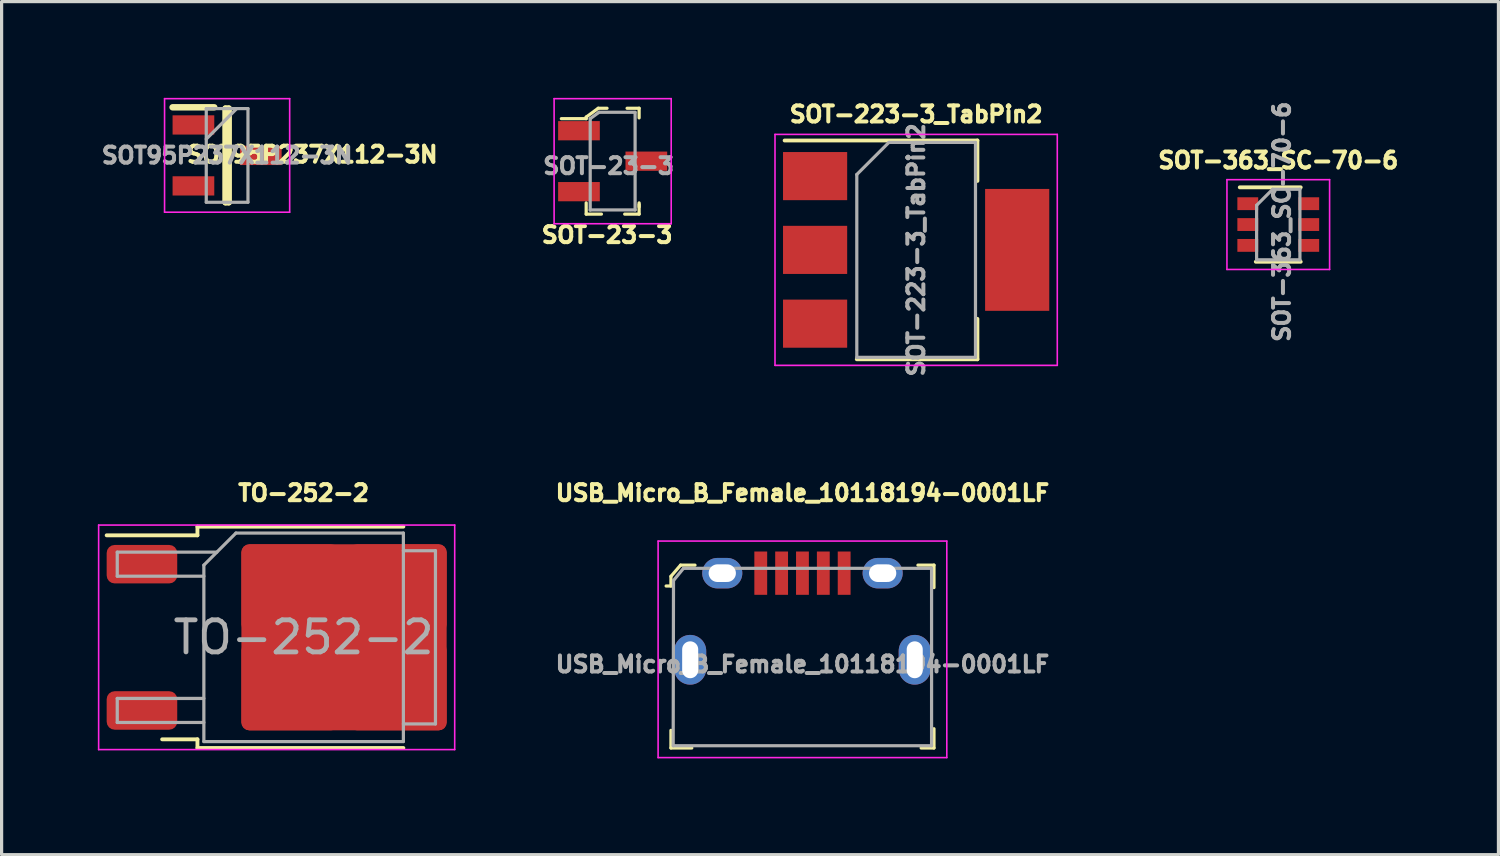
<source format=kicad_pcb>
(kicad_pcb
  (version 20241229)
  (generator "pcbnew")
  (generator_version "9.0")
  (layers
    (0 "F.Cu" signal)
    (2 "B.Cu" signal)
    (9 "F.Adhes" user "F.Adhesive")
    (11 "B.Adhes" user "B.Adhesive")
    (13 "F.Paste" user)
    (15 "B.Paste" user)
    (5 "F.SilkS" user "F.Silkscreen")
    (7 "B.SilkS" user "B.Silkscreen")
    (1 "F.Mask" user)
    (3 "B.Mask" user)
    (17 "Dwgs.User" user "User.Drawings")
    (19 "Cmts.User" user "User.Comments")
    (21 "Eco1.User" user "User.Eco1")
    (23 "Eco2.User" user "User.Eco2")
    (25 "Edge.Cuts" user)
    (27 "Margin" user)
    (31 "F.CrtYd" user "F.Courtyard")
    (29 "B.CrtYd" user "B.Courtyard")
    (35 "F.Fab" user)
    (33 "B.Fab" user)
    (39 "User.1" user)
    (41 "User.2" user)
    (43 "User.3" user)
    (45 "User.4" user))
  (footprint "SOT-223-3_TabPin2"
    (layer "F.Cu")
    (at 25.51 4.74)
    (property "Reference" "SOT-223-3_TabPin2" (at 0 -4.228 0) (layer "F.SilkS") (effects (font (size 0.5 0.5) (thickness 0.25))))
    (attr smd)
    (fp_line (start -4.1 -3.41) (end 1.91 -3.41) (stroke (width 0.12) (type solid)) (layer "F.SilkS"))
    (fp_line (start -1.85 3.41) (end 1.91 3.41) (stroke (width 0.12) (type solid)) (layer "F.SilkS"))
    (fp_line (start 1.91 -3.41) (end 1.91 -2.15) (stroke (width 0.12) (type solid)) (layer "F.SilkS"))
    (fp_line (start 1.91 3.41) (end 1.91 2.15) (stroke (width 0.12) (type solid)) (layer "F.SilkS"))
    (fp_line (start -4.4 -3.6) (end -4.4 3.6) (stroke (width 0.05) (type solid)) (layer "F.CrtYd"))
    (fp_line (start -4.4 3.6) (end 4.4 3.6) (stroke (width 0.05) (type solid)) (layer "F.CrtYd"))
    (fp_line (start 4.4 -3.6) (end -4.4 -3.6) (stroke (width 0.05) (type solid)) (layer "F.CrtYd"))
    (fp_line (start 4.4 3.6) (end 4.4 -3.6) (stroke (width 0.05) (type solid)) (layer "F.CrtYd"))
    (fp_line (start -1.85 -2.35) (end -1.85 3.35) (stroke (width 0.1) (type solid)) (layer "F.Fab"))
    (fp_line (start -1.85 -2.35) (end -0.85 -3.35) (stroke (width 0.1) (type solid)) (layer "F.Fab"))
    (fp_line (start -1.85 3.35) (end 1.85 3.35) (stroke (width 0.1) (type solid)) (layer "F.Fab"))
    (fp_line (start -0.85 -3.35) (end 1.85 -3.35) (stroke (width 0.1) (type solid)) (layer "F.Fab"))
    (fp_line (start 1.85 -3.35) (end 1.85 3.35) (stroke (width 0.1) (type solid)) (layer "F.Fab"))
    (fp_text user "${REFERENCE}" (at 0 0 270) (layer "F.Fab") (effects (font (size 0.5 0.5) (thickness 0.25))))
    (pad "1" smd rect (at -3.15 -2.3) (size 2 1.5) (layers "F.Cu" "F.Mask" "F.Paste"))
    (pad "2" smd rect (at -3.15 0) (size 2 1.5) (layers "F.Cu" "F.Mask" "F.Paste"))
    (pad "2" smd rect (at 3.15 0) (size 2 3.8) (layers "F.Cu" "F.Mask" "F.Paste"))
    (pad "3" smd rect (at -3.15 2.3) (size 2 1.5) (layers "F.Cu" "F.Mask" "F.Paste")))
  (footprint "USB_Micro_B_Female_10118194-0001LF"
    (layer "F.Cu")
    (at 21.966 14.818)
    (property "Reference" "USB_Micro_B_Female_10118194-0001LF" (at 0 -2.5 0) (layer "F.SilkS") (effects (font (size 0.5 0.5) (thickness 0.25))))
    (attr smd)
    (fp_line (start -4.1 0.1) (end -4.1 0.4) (stroke (width 0.1) (type solid)) (layer "F.SilkS"))
    (fp_line (start -4.1 0.4) (end -4.25 0.4) (stroke (width 0.1) (type solid)) (layer "F.SilkS"))
    (fp_line (start -4.1 4.9) (end -4.1 5.45) (stroke (width 0.1) (type solid)) (layer "F.SilkS"))
    (fp_line (start -4.1 5.45) (end -3.45 5.45) (stroke (width 0.1) (type solid)) (layer "F.SilkS"))
    (fp_line (start -3.8 -0.25) (end -4.1 0.1) (stroke (width 0.1) (type solid)) (layer "F.SilkS"))
    (fp_line (start -3.35 -0.25) (end -3.8 -0.25) (stroke (width 0.1) (type solid)) (layer "F.SilkS"))
    (fp_line (start 3.6 -0.25) (end 4.1 -0.25) (stroke (width 0.1) (type solid)) (layer "F.SilkS"))
    (fp_line (start 4.1 -0.25) (end 4.1 0.45) (stroke (width 0.1) (type solid)) (layer "F.SilkS"))
    (fp_line (start 4.1 4.85) (end 4.1 5.45) (stroke (width 0.1) (type solid)) (layer "F.SilkS"))
    (fp_line (start 4.1 5.45) (end 3.7 5.45) (stroke (width 0.1) (type solid)) (layer "F.SilkS"))
    (fp_line (start -4.5 -1) (end 4.5 -1) (stroke (width 0.05) (type solid)) (layer "F.CrtYd"))
    (fp_line (start -4.5 5.75) (end -4.5 -1) (stroke (width 0.05) (type solid)) (layer "F.CrtYd"))
    (fp_line (start -4.5 5.75) (end 4.5 5.75) (stroke (width 0.05) (type solid)) (layer "F.CrtYd"))
    (fp_line (start 4.5 5.75) (end 4.5 -1) (stroke (width 0.05) (type solid)) (layer "F.CrtYd"))
    (fp_line (start -4.03 5.38) (end -4.02 0.23) (stroke (width 0.1) (type solid)) (layer "F.Fab"))
    (fp_line (start -4.025 5.38) (end 4.025 5.38) (stroke (width 0.1) (type solid)) (layer "F.Fab"))
    (fp_line (start -4.02 0.23) (end -3.71 -0.15) (stroke (width 0.1) (type solid)) (layer "F.Fab"))
    (fp_line (start 4.02 -0.15) (end -3.71 -0.15) (stroke (width 0.1) (type solid)) (layer "F.Fab"))
    (fp_line (start 4.025 5.38) (end 4.025 -0.15) (stroke (width 0.1) (type solid)) (layer "F.Fab"))
    (fp_text user "${REFERENCE}" (at 0 2.84 0) (layer "F.Fab") (effects (font (size 0.5 0.5) (thickness 0.25))))
    (pad "1" smd rect (at -1.3 0 180) (size 0.4 1.35) (layers "F.Cu" "F.Mask" "F.Paste"))
    (pad "2" smd rect (at -0.65 0 180) (size 0.4 1.35) (layers "F.Cu" "F.Mask" "F.Paste"))
    (pad "3" smd rect (at 0 0 180) (size 0.4 1.35) (layers "F.Cu" "F.Mask" "F.Paste"))
    (pad "4" smd rect (at 0.65 0 180) (size 0.4 1.35) (layers "F.Cu" "F.Mask" "F.Paste"))
    (pad "5" smd rect (at 1.3 0 180) (size 0.4 1.35) (layers "F.Cu" "F.Mask" "F.Paste"))
    (pad "SH" thru_hole oval (at -3.5 2.7 180) (size 1 1.55) (drill oval 0.5 1.15) (layers "*.Cu" "*.Mask"))
    (pad "SH" thru_hole oval (at -2.5 0 180) (size 1.25 0.95) (drill oval 0.85 0.55) (layers "*.Cu" "*.Mask"))
    (pad "SH" thru_hole oval (at 2.5 0 180) (size 1.25 0.95) (drill oval 0.85 0.55) (layers "*.Cu" "*.Mask"))
    (pad "SH" thru_hole oval (at 3.5 2.7 180) (size 1 1.55) (drill oval 0.5 1.15) (layers "*.Cu" "*.Mask")))
  (footprint "TO-252-2"
    (layer "F.Cu")
    (at 6.415 16.818)
    (property "Reference" "TO-252-2" (at 0 -4.5 0) (layer "F.SilkS") (effects (font (size 0.5 0.5) (thickness 0.25))))
    (attr smd)
    (fp_line (start -3.31 -3.45) (end -3.31 -3.18) (stroke (width 0.12) (type solid)) (layer "F.SilkS"))
    (fp_line (start -3.31 -3.18) (end -6.14 -3.18) (stroke (width 0.12) (type solid)) (layer "F.SilkS"))
    (fp_line (start -3.31 3.18) (end -4.41 3.18) (stroke (width 0.12) (type solid)) (layer "F.SilkS"))
    (fp_line (start -3.31 3.45) (end -3.31 3.18) (stroke (width 0.12) (type solid)) (layer "F.SilkS"))
    (fp_line (start 3.11 -3.45) (end -3.31 -3.45) (stroke (width 0.12) (type solid)) (layer "F.SilkS"))
    (fp_line (start 3.11 3.45) (end -3.31 3.45) (stroke (width 0.12) (type solid)) (layer "F.SilkS"))
    (fp_line (start -6.39 -3.5) (end -6.39 3.5) (stroke (width 0.05) (type solid)) (layer "F.CrtYd"))
    (fp_line (start -6.39 3.5) (end 4.71 3.5) (stroke (width 0.05) (type solid)) (layer "F.CrtYd"))
    (fp_line (start 4.71 -3.5) (end -6.39 -3.5) (stroke (width 0.05) (type solid)) (layer "F.CrtYd"))
    (fp_line (start 4.71 3.5) (end 4.71 -3.5) (stroke (width 0.05) (type solid)) (layer "F.CrtYd"))
    (fp_line (start -5.81 -2.655) (end -5.81 -1.905) (stroke (width 0.1) (type solid)) (layer "F.Fab"))
    (fp_line (start -5.81 -1.905) (end -3.11 -1.905) (stroke (width 0.1) (type solid)) (layer "F.Fab"))
    (fp_line (start -5.81 1.905) (end -5.81 2.655) (stroke (width 0.1) (type solid)) (layer "F.Fab"))
    (fp_line (start -5.81 2.655) (end -3.11 2.655) (stroke (width 0.1) (type solid)) (layer "F.Fab"))
    (fp_line (start -3.11 -2.25) (end -2.11 -3.25) (stroke (width 0.1) (type solid)) (layer "F.Fab"))
    (fp_line (start -3.11 1.905) (end -5.81 1.905) (stroke (width 0.1) (type solid)) (layer "F.Fab"))
    (fp_line (start -3.11 3.25) (end -3.11 -2.25) (stroke (width 0.1) (type solid)) (layer "F.Fab"))
    (fp_line (start -2.705 -2.655) (end -5.81 -2.655) (stroke (width 0.1) (type solid)) (layer "F.Fab"))
    (fp_line (start -2.11 -3.25) (end 3.11 -3.25) (stroke (width 0.1) (type solid)) (layer "F.Fab"))
    (fp_line (start 3.11 -3.25) (end 3.11 3.25) (stroke (width 0.1) (type solid)) (layer "F.Fab"))
    (fp_line (start 3.11 -2.7) (end 4.11 -2.7) (stroke (width 0.1) (type solid)) (layer "F.Fab"))
    (fp_line (start 3.11 3.25) (end -3.11 3.25) (stroke (width 0.1) (type solid)) (layer "F.Fab"))
    (fp_line (start 4.11 -2.7) (end 4.11 2.7) (stroke (width 0.1) (type solid)) (layer "F.Fab"))
    (fp_line (start 4.11 2.7) (end 3.11 2.7) (stroke (width 0.1) (type solid)) (layer "F.Fab"))
    (fp_text user "${REFERENCE}" (at 0 0 0) (layer "F.Fab") (effects (font (size 1 1) (thickness 0.15))))
    (pad "1" smd roundrect (at -5.04 -2.28) (size 2.2 1.2) (layers "F.Cu" "F.Mask" "F.Paste") (roundrect_rratio 0.208))
    (pad "2" smd roundrect (at -0.415 -1.525) (size 3.05 2.75) (layers "F.Cu" "F.Paste") (roundrect_rratio 0.091))
    (pad "2" smd roundrect (at -0.415 1.525) (size 3.05 2.75) (layers "F.Cu" "F.Paste") (roundrect_rratio 0.091))
    (pad "2" smd roundrect (at 1.26 0) (size 6.4 5.8) (layers "F.Cu" "F.Mask") (roundrect_rratio 0.043))
    (pad "2" smd roundrect (at 2.935 -1.525) (size 3.05 2.75) (layers "F.Cu" "F.Paste") (roundrect_rratio 0.091))
    (pad "2" smd roundrect (at 2.935 1.525) (size 3.05 2.75) (layers "F.Cu" "F.Paste") (roundrect_rratio 0.091))
    (pad "3" smd roundrect (at -5.04 2.28) (size 2.2 1.2) (layers "F.Cu" "F.Mask" "F.Paste") (roundrect_rratio 0.208)))
  (footprint "SOT95P237X112-3N"
    (layer "F.Cu")
    (at 4.03 1.795)
    (property "Reference" "SOT95P237X112-3N" (at 2.654 -0.028 0) (layer "F.SilkS") (effects (font (size 0.5 0.5) (thickness 0.25))))
    (attr smd)
    (fp_line (start -1.7 -1.5) (end -0.4 -1.5) (stroke (width 0.2) (type solid)) (layer "F.SilkS"))
    (fp_line (start -0.05 -1.46) (end 0.05 -1.46) (stroke (width 0.2) (type solid)) (layer "F.SilkS"))
    (fp_line (start -0.05 1.46) (end -0.05 -1.46) (stroke (width 0.2) (type solid)) (layer "F.SilkS"))
    (fp_line (start 0.05 -1.46) (end 0.05 1.46) (stroke (width 0.2) (type solid)) (layer "F.SilkS"))
    (fp_line (start 0.05 1.46) (end -0.05 1.46) (stroke (width 0.2) (type solid)) (layer "F.SilkS"))
    (fp_line (start -1.95 -1.77) (end 1.95 -1.77) (stroke (width 0.05) (type solid)) (layer "F.CrtYd"))
    (fp_line (start -1.95 1.77) (end -1.95 -1.77) (stroke (width 0.05) (type solid)) (layer "F.CrtYd"))
    (fp_line (start 1.95 -1.77) (end 1.95 1.77) (stroke (width 0.05) (type solid)) (layer "F.CrtYd"))
    (fp_line (start 1.95 1.77) (end -1.95 1.77) (stroke (width 0.05) (type solid)) (layer "F.CrtYd"))
    (fp_line (start -0.65 -1.46) (end 0.65 -1.46) (stroke (width 0.1) (type solid)) (layer "F.Fab"))
    (fp_line (start -0.65 -0.51) (end 0.3 -1.46) (stroke (width 0.1) (type solid)) (layer "F.Fab"))
    (fp_line (start -0.65 1.46) (end -0.65 -1.46) (stroke (width 0.1) (type solid)) (layer "F.Fab"))
    (fp_line (start 0.65 -1.46) (end 0.65 1.46) (stroke (width 0.1) (type solid)) (layer "F.Fab"))
    (fp_line (start 0.65 1.46) (end -0.65 1.46) (stroke (width 0.1) (type solid)) (layer "F.Fab"))
    (fp_text user "${REFERENCE}" (at 0 0 0) (layer "F.Fab") (effects (font (size 0.5 0.5) (thickness 0.25))))
    (pad "1" smd rect (at -1.05 -0.95 90) (size 0.6 1.3) (layers "F.Cu" "F.Mask" "F.Paste"))
    (pad "2" smd rect (at -1.05 0.95 90) (size 0.6 1.3) (layers "F.Cu" "F.Mask" "F.Paste"))
    (pad "3" smd rect (at 1.05 0 90) (size 0.6 1.3) (layers "F.Cu" "F.Mask" "F.Paste")))
  (footprint "SOT-23-3"
    (layer "F.Cu")
    (at 16.049 1.975)
    (property "Reference" "SOT-23-3" (at -0.173 2.299 180) (layer "F.SilkS") (effects (font (size 0.5 0.5) (thickness 0.25))))
    (attr smd)
    (fp_line (start -0.825 -1.375) (end -0.825 -1.325) (stroke (width 0.1) (type solid)) (layer "F.SilkS"))
    (fp_line (start -0.825 -1.325) (end -1.6 -1.325) (stroke (width 0.1) (type solid)) (layer "F.SilkS"))
    (fp_line (start -0.825 1.65) (end -0.825 1.3) (stroke (width 0.1) (type solid)) (layer "F.SilkS"))
    (fp_line (start -0.45 -1.65) (end -0.825 -1.375) (stroke (width 0.1) (type solid)) (layer "F.SilkS"))
    (fp_line (start -0.35 1.65) (end -0.825 1.65) (stroke (width 0.1) (type solid)) (layer "F.SilkS"))
    (fp_line (start -0.175 -1.65) (end -0.45 -1.65) (stroke (width 0.1) (type solid)) (layer "F.SilkS"))
    (fp_line (start 0.45 -1.65) (end 0.825 -1.65) (stroke (width 0.1) (type solid)) (layer "F.SilkS"))
    (fp_line (start 0.825 -1.65) (end 0.825 -1.35) (stroke (width 0.1) (type solid)) (layer "F.SilkS"))
    (fp_line (start 0.825 1.35) (end 0.825 1.65) (stroke (width 0.1) (type solid)) (layer "F.SilkS"))
    (fp_line (start 0.825 1.425) (end 0.825 1.3) (stroke (width 0.1) (type solid)) (layer "F.SilkS"))
    (fp_line (start 0.825 1.65) (end 0.375 1.65) (stroke (width 0.1) (type solid)) (layer "F.SilkS"))
    (fp_line (start -1.825 -1.95) (end -1.825 1.95) (stroke (width 0.05) (type solid)) (layer "F.CrtYd"))
    (fp_line (start -1.825 -1.95) (end 1.825 -1.95) (stroke (width 0.05) (type solid)) (layer "F.CrtYd"))
    (fp_line (start 1.825 -1.95) (end 1.825 1.95) (stroke (width 0.05) (type solid)) (layer "F.CrtYd"))
    (fp_line (start 1.825 1.95) (end -1.825 1.95) (stroke (width 0.05) (type solid)) (layer "F.CrtYd"))
    (fp_line (start -0.7 -1.325) (end -0.7 1.525) (stroke (width 0.1) (type solid)) (layer "F.Fab"))
    (fp_line (start -0.7 1.52) (end 0.7 1.52) (stroke (width 0.1) (type solid)) (layer "F.Fab"))
    (fp_line (start -0.425 -1.525) (end -0.7 -1.325) (stroke (width 0.1) (type solid)) (layer "F.Fab"))
    (fp_line (start -0.425 -1.525) (end 0.7 -1.525) (stroke (width 0.1) (type solid)) (layer "F.Fab"))
    (fp_line (start 0.7 1.52) (end 0.7 -1.52) (stroke (width 0.1) (type solid)) (layer "F.Fab"))
    (fp_text user "${REFERENCE}" (at -0.125 0.15 180) (layer "F.Fab") (effects (font (size 0.5 0.5) (thickness 0.25))))
    (pad "1" smd rect (at -1.05 -0.95) (size 1.3 0.6) (layers "F.Cu" "F.Mask" "F.Paste"))
    (pad "2" smd rect (at -1.05 0.95) (size 1.3 0.6) (layers "F.Cu" "F.Mask" "F.Paste"))
    (pad "3" smd rect (at 1.05 0) (size 1.3 0.6) (layers "F.Cu" "F.Mask" "F.Paste")))
  (footprint "SOT-363_SC-70-6"
    (layer "F.Cu")
    (at 36.799 3.95)
    (property "Reference" "SOT-363_SC-70-6" (at 0 -2 0) (layer "F.SilkS") (effects (font (size 0.5 0.5) (thickness 0.25))))
    (attr smd)
    (fp_line (start -0.7 1.16) (end 0.7 1.16) (stroke (width 0.12) (type solid)) (layer "F.SilkS"))
    (fp_line (start 0.7 -1.16) (end -1.2 -1.16) (stroke (width 0.12) (type solid)) (layer "F.SilkS"))
    (fp_line (start -1.6 -1.4) (end -1.6 1.4) (stroke (width 0.05) (type solid)) (layer "F.CrtYd"))
    (fp_line (start -1.6 -1.4) (end 1.6 -1.4) (stroke (width 0.05) (type solid)) (layer "F.CrtYd"))
    (fp_line (start -1.6 1.4) (end 1.6 1.4) (stroke (width 0.05) (type solid)) (layer "F.CrtYd"))
    (fp_line (start 1.6 1.4) (end 1.6 -1.4) (stroke (width 0.05) (type solid)) (layer "F.CrtYd"))
    (fp_line (start -0.675 -0.6) (end -0.675 1.1) (stroke (width 0.1) (type solid)) (layer "F.Fab"))
    (fp_line (start -0.175 -1.1) (end -0.675 -0.6) (stroke (width 0.1) (type solid)) (layer "F.Fab"))
    (fp_line (start 0.675 -1.1) (end -0.175 -1.1) (stroke (width 0.1) (type solid)) (layer "F.Fab"))
    (fp_line (start 0.675 -1.1) (end 0.675 1.1) (stroke (width 0.1) (type solid)) (layer "F.Fab"))
    (fp_line (start 0.675 1.1) (end -0.675 1.1) (stroke (width 0.1) (type solid)) (layer "F.Fab"))
    (fp_text user "${REFERENCE}" (at 0.112 -0.087 270) (layer "F.Fab") (effects (font (size 0.5 0.5) (thickness 0.25))))
    (pad "1" smd rect (at -0.95 -0.65) (size 0.65 0.4) (layers "F.Cu" "F.Mask" "F.Paste"))
    (pad "2" smd rect (at -0.95 0) (size 0.65 0.4) (layers "F.Cu" "F.Mask" "F.Paste"))
    (pad "3" smd rect (at -0.95 0.65) (size 0.65 0.4) (layers "F.Cu" "F.Mask" "F.Paste"))
    (pad "4" smd rect (at 0.95 0.65) (size 0.65 0.4) (layers "F.Cu" "F.Mask" "F.Paste"))
    (pad "5" smd rect (at 0.95 0) (size 0.65 0.4) (layers "F.Cu" "F.Mask" "F.Paste"))
    (pad "6" smd rect (at 0.95 -0.65) (size 0.65 0.4) (layers "F.Cu" "F.Mask" "F.Paste")))
  (gr_rect
    (start -3 -3)
    (end 43.663 23.593)
    (stroke (width 0.1) (type default))
    (fill no)
    (layer "Edge.Cuts")))
</source>
